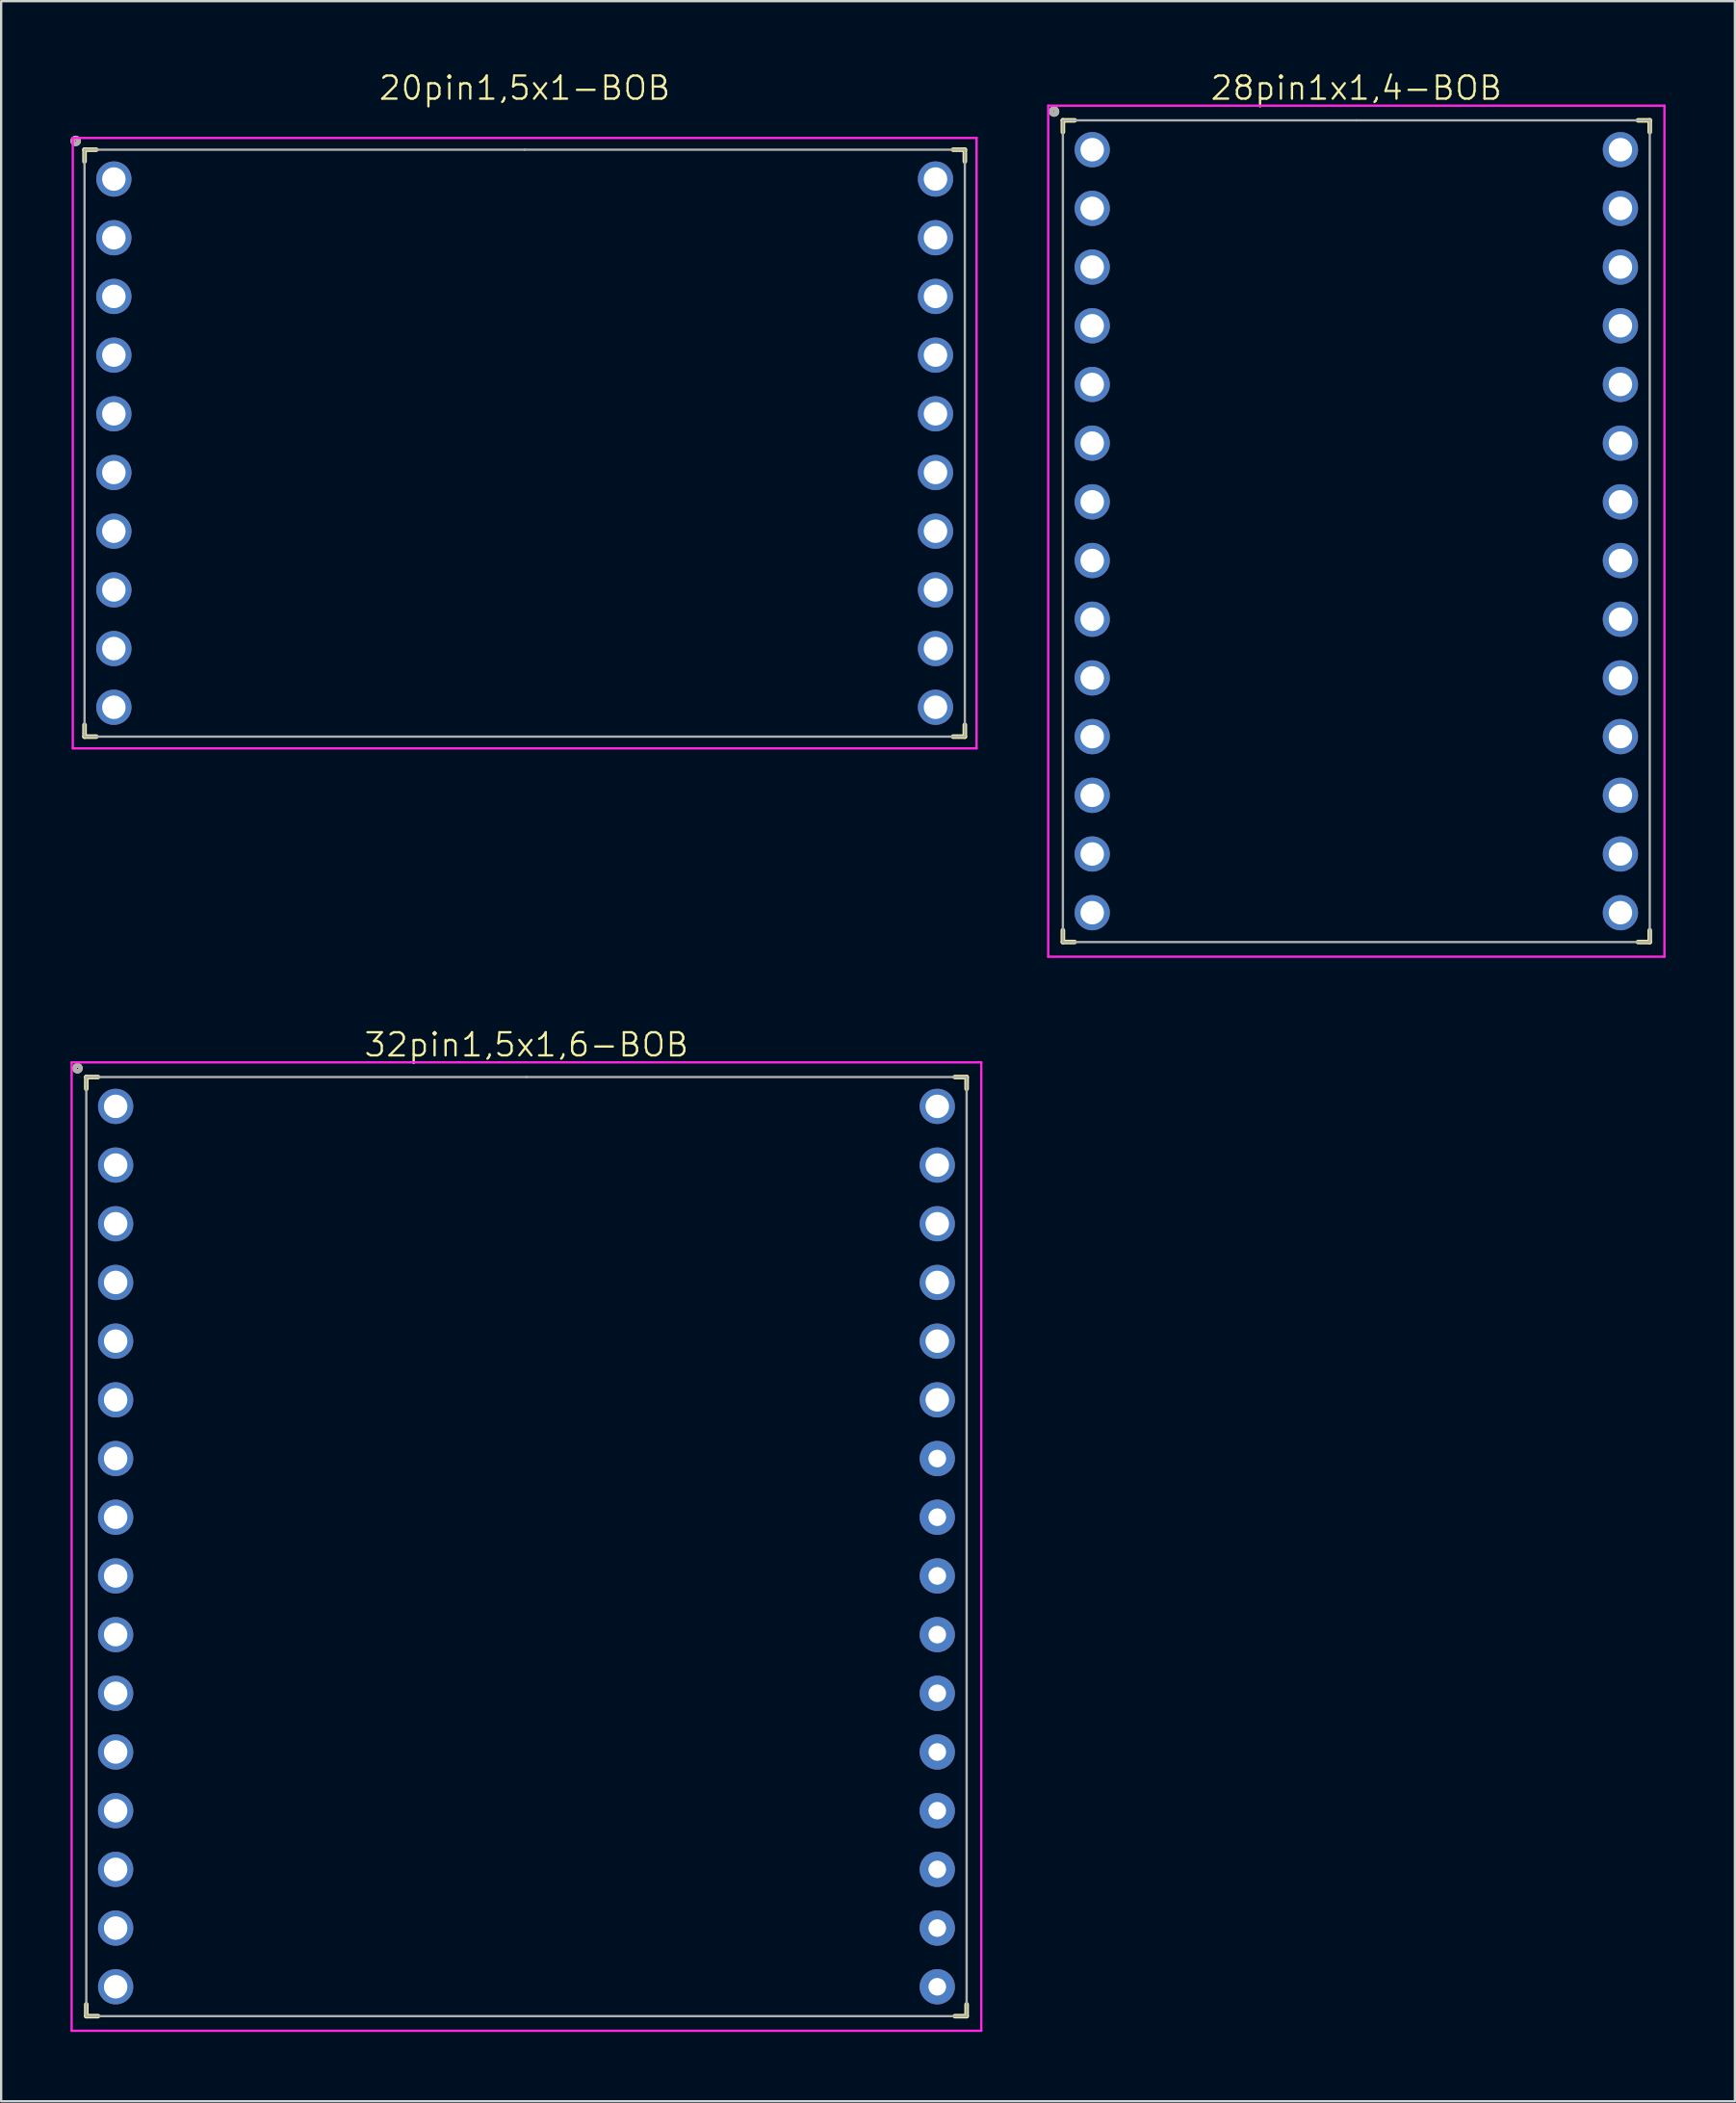
<source format=kicad_pcb>
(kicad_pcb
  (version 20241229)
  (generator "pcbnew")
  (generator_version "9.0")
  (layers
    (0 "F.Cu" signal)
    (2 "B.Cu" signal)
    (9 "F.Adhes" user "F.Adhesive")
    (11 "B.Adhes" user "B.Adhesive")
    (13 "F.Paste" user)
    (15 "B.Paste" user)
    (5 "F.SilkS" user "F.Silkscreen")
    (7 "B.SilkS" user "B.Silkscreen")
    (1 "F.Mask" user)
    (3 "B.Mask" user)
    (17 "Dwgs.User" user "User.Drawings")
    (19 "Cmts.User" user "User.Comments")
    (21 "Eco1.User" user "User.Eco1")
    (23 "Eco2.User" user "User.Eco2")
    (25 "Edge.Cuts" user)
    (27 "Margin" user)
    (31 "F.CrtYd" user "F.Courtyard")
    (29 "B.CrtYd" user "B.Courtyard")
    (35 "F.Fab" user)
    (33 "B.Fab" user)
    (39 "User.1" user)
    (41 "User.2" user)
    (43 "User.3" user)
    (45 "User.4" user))
  (footprint "20pin1,5x1-BOB"
    (layer "F.Cu")
    (at 19.658 16.128)
    (property "Reference" "20pin1,5x1-BOB" (at 0 -15.367 0) (layer "F.SilkS") (effects (font (size 1 1) (thickness 0.1))))
    (attr through_hole)
    (fp_line (start -19.05 -12.7) (end -19.05 -12.192) (stroke (width 0.2) (type solid)) (layer "F.SilkS"))
    (fp_line (start -19.05 -12.7) (end -18.542 -12.7) (stroke (width 0.2) (type solid)) (layer "F.SilkS"))
    (fp_line (start -19.05 12.7) (end -19.05 12.192) (stroke (width 0.2) (type solid)) (layer "F.SilkS"))
    (fp_line (start -19.05 12.7) (end -18.542 12.7) (stroke (width 0.2) (type solid)) (layer "F.SilkS"))
    (fp_line (start 19.05 -12.7) (end 18.542 -12.7) (stroke (width 0.2) (type solid)) (layer "F.SilkS"))
    (fp_line (start 19.05 -12.7) (end 19.05 -12.192) (stroke (width 0.2) (type solid)) (layer "F.SilkS"))
    (fp_line (start 19.05 12.7) (end 18.542 12.7) (stroke (width 0.2) (type solid)) (layer "F.SilkS"))
    (fp_line (start 19.05 12.7) (end 19.05 12.192) (stroke (width 0.2) (type solid)) (layer "F.SilkS"))
    (fp_circle (center -19.431 -13.081) (end -19.304 -13.081) (stroke (width 0.2) (type solid)) (fill no) (layer "F.SilkS"))
    (fp_line (start -19.558 -13.208) (end 19.558 -13.208) (stroke (width 0.1) (type solid)) (layer "F.CrtYd"))
    (fp_line (start -19.558 13.208) (end -19.558 -13.208) (stroke (width 0.1) (type solid)) (layer "F.CrtYd"))
    (fp_line (start 19.558 -13.208) (end 19.558 13.208) (stroke (width 0.1) (type solid)) (layer "F.CrtYd"))
    (fp_line (start 19.558 13.208) (end -19.558 13.208) (stroke (width 0.1) (type solid)) (layer "F.CrtYd"))
    (fp_line (start -19.05 -12.7) (end 0 -12.7) (stroke (width 0.1) (type solid)) (layer "F.Fab"))
    (fp_line (start -19.05 12.7) (end -19.05 -12.7) (stroke (width 0.1) (type solid)) (layer "F.Fab"))
    (fp_line (start 0 -12.7) (end 19.05 -12.7) (stroke (width 0.1) (type solid)) (layer "F.Fab"))
    (fp_line (start 19.05 -12.7) (end 19.05 12.7) (stroke (width 0.1) (type solid)) (layer "F.Fab"))
    (fp_line (start 19.05 12.7) (end -19.05 12.7) (stroke (width 0.1) (type solid)) (layer "F.Fab"))
    (fp_circle (center -19.431 -13.081) (end -19.304 -13.081) (stroke (width 0.2) (type solid)) (fill no) (layer "F.Fab"))
    (pad "1" thru_hole circle (at -17.78 -11.43) (size 1.524 1.524) (drill 1.016) (layers "*.Cu" "*.Mask"))
    (pad "2" thru_hole circle (at -17.78 -8.89) (size 1.524 1.524) (drill 1.016) (layers "*.Cu" "*.Mask"))
    (pad "3" thru_hole circle (at -17.78 -6.35) (size 1.524 1.524) (drill 1.016) (layers "*.Cu" "*.Mask"))
    (pad "4" thru_hole circle (at -17.78 -3.81) (size 1.524 1.524) (drill 1.016) (layers "*.Cu" "*.Mask"))
    (pad "5" thru_hole circle (at -17.78 -1.27) (size 1.524 1.524) (drill 1.016) (layers "*.Cu" "*.Mask"))
    (pad "6" thru_hole circle (at -17.78 1.27) (size 1.524 1.524) (drill 1.016) (layers "*.Cu" "*.Mask"))
    (pad "7" thru_hole circle (at -17.78 3.81) (size 1.524 1.524) (drill 1.016) (layers "*.Cu" "*.Mask"))
    (pad "8" thru_hole circle (at -17.78 6.35) (size 1.524 1.524) (drill 1.016) (layers "*.Cu" "*.Mask"))
    (pad "9" thru_hole circle (at -17.78 8.89) (size 1.524 1.524) (drill 1.016) (layers "*.Cu" "*.Mask"))
    (pad "10" thru_hole circle (at -17.78 11.43) (size 1.524 1.524) (drill 1.016) (layers "*.Cu" "*.Mask"))
    (pad "11" thru_hole circle (at 17.78 -11.43) (size 1.524 1.524) (drill 1.016) (layers "*.Cu" "*.Mask"))
    (pad "12" thru_hole circle (at 17.78 -8.89) (size 1.524 1.524) (drill 1.016) (layers "*.Cu" "*.Mask"))
    (pad "13" thru_hole circle (at 17.78 -6.35) (size 1.524 1.524) (drill 1.016) (layers "*.Cu" "*.Mask"))
    (pad "14" thru_hole circle (at 17.78 -3.81) (size 1.524 1.524) (drill 1.016) (layers "*.Cu" "*.Mask"))
    (pad "15" thru_hole circle (at 17.78 -1.27) (size 1.524 1.524) (drill 1.016) (layers "*.Cu" "*.Mask"))
    (pad "16" thru_hole circle (at 17.78 1.27) (size 1.524 1.524) (drill 1.016) (layers "*.Cu" "*.Mask"))
    (pad "17" thru_hole circle (at 17.78 3.81) (size 1.524 1.524) (drill 1.016) (layers "*.Cu" "*.Mask"))
    (pad "18" thru_hole circle (at 17.78 6.35) (size 1.524 1.524) (drill 1.016) (layers "*.Cu" "*.Mask"))
    (pad "19" thru_hole circle (at 17.78 8.89) (size 1.524 1.524) (drill 1.016) (layers "*.Cu" "*.Mask"))
    (pad "20" thru_hole circle (at 17.78 11.43) (size 1.524 1.524) (drill 1.016) (layers "*.Cu" "*.Mask")))
  (footprint "32pin1,5x1,6-BOB"
    (layer "F.Cu")
    (at 19.735 63.88)
    (property "Reference" "32pin1,5x1,6-BOB" (at 0 -21.717 0) (layer "F.SilkS") (effects (font (size 1 1) (thickness 0.1))))
    (attr through_hole)
    (fp_line (start -19.05 -20.32) (end -19.05 -19.812) (stroke (width 0.2) (type solid)) (layer "F.SilkS"))
    (fp_line (start -19.05 -20.32) (end -18.542 -20.32) (stroke (width 0.2) (type solid)) (layer "F.SilkS"))
    (fp_line (start -19.05 20.32) (end -19.05 19.812) (stroke (width 0.2) (type solid)) (layer "F.SilkS"))
    (fp_line (start -19.05 20.32) (end -18.542 20.32) (stroke (width 0.2) (type solid)) (layer "F.SilkS"))
    (fp_line (start 19.05 -20.32) (end 18.542 -20.32) (stroke (width 0.2) (type solid)) (layer "F.SilkS"))
    (fp_line (start 19.05 -20.32) (end 19.05 -19.812) (stroke (width 0.2) (type solid)) (layer "F.SilkS"))
    (fp_line (start 19.05 20.32) (end 18.542 20.32) (stroke (width 0.2) (type solid)) (layer "F.SilkS"))
    (fp_line (start 19.05 20.32) (end 19.05 19.812) (stroke (width 0.2) (type solid)) (layer "F.SilkS"))
    (fp_circle (center -19.431 -20.701) (end -19.304 -20.701) (stroke (width 0.2) (type solid)) (fill no) (layer "F.SilkS"))
    (fp_line (start -19.685 -20.955) (end 19.685 -20.955) (stroke (width 0.1) (type solid)) (layer "F.CrtYd"))
    (fp_line (start -19.685 20.955) (end -19.685 -20.955) (stroke (width 0.1) (type solid)) (layer "F.CrtYd"))
    (fp_line (start 19.685 -20.955) (end 19.685 20.955) (stroke (width 0.1) (type solid)) (layer "F.CrtYd"))
    (fp_line (start 19.685 20.955) (end -19.685 20.955) (stroke (width 0.1) (type solid)) (layer "F.CrtYd"))
    (fp_line (start -19.05 -20.32) (end 0 -20.32) (stroke (width 0.1) (type solid)) (layer "F.Fab"))
    (fp_line (start -19.05 20.32) (end -19.05 -20.32) (stroke (width 0.1) (type solid)) (layer "F.Fab"))
    (fp_line (start 0 -20.32) (end 19.05 -20.32) (stroke (width 0.1) (type solid)) (layer "F.Fab"))
    (fp_line (start 19.05 -20.32) (end 19.05 20.32) (stroke (width 0.1) (type solid)) (layer "F.Fab"))
    (fp_line (start 19.05 20.32) (end -19.05 20.32) (stroke (width 0.1) (type solid)) (layer "F.Fab"))
    (fp_circle (center -19.431 -20.701) (end -19.304 -20.701) (stroke (width 0.2) (type solid)) (fill no) (layer "F.Fab"))
    (pad "1" thru_hole circle (at -17.78 -19.05) (size 1.524 1.524) (drill 1.016) (layers "*.Cu" "*.Mask"))
    (pad "2" thru_hole circle (at -17.78 -16.51) (size 1.524 1.524) (drill 1.016) (layers "*.Cu" "*.Mask"))
    (pad "3" thru_hole circle (at -17.78 -13.97) (size 1.524 1.524) (drill 1.016) (layers "*.Cu" "*.Mask"))
    (pad "4" thru_hole circle (at -17.78 -11.43) (size 1.524 1.524) (drill 1.016) (layers "*.Cu" "*.Mask"))
    (pad "5" thru_hole circle (at -17.78 -8.89) (size 1.524 1.524) (drill 1.016) (layers "*.Cu" "*.Mask"))
    (pad "6" thru_hole circle (at -17.78 -6.35) (size 1.524 1.524) (drill 1.016) (layers "*.Cu" "*.Mask"))
    (pad "7" thru_hole circle (at -17.78 -3.81) (size 1.524 1.524) (drill 1.016) (layers "*.Cu" "*.Mask"))
    (pad "8" thru_hole circle (at -17.78 -1.27) (size 1.524 1.524) (drill 1.016) (layers "*.Cu" "*.Mask"))
    (pad "9" thru_hole circle (at -17.78 1.27) (size 1.524 1.524) (drill 1.016) (layers "*.Cu" "*.Mask"))
    (pad "10" thru_hole circle (at -17.78 3.81) (size 1.524 1.524) (drill 1.016) (layers "*.Cu" "*.Mask"))
    (pad "11" thru_hole circle (at -17.78 6.35) (size 1.524 1.524) (drill 1.016) (layers "*.Cu" "*.Mask"))
    (pad "12" thru_hole circle (at -17.78 8.89) (size 1.524 1.524) (drill 1.016) (layers "*.Cu" "*.Mask"))
    (pad "13" thru_hole circle (at -17.78 11.43) (size 1.524 1.524) (drill 1.016) (layers "*.Cu" "*.Mask"))
    (pad "14" thru_hole circle (at -17.78 13.97) (size 1.524 1.524) (drill 1.016) (layers "*.Cu" "*.Mask"))
    (pad "15" thru_hole circle (at -17.78 16.51) (size 1.524 1.524) (drill 1.016) (layers "*.Cu" "*.Mask"))
    (pad "16" thru_hole circle (at -17.78 19.05) (size 1.524 1.524) (drill 1.016) (layers "*.Cu" "*.Mask"))
    (pad "17" thru_hole circle (at 17.78 -19.05) (size 1.524 1.524) (drill 1.016) (layers "*.Cu" "*.Mask"))
    (pad "18" thru_hole circle (at 17.78 -16.51) (size 1.524 1.524) (drill 1.016) (layers "*.Cu" "*.Mask"))
    (pad "19" thru_hole circle (at 17.78 -13.97) (size 1.524 1.524) (drill 1.016) (layers "*.Cu" "*.Mask"))
    (pad "20" thru_hole circle (at 17.78 -11.43) (size 1.524 1.524) (drill 1.016) (layers "*.Cu" "*.Mask"))
    (pad "21" thru_hole circle (at 17.78 -8.89) (size 1.524 1.524) (drill 1.016) (layers "*.Cu" "*.Mask"))
    (pad "22" thru_hole circle (at 17.78 -6.35) (size 1.524 1.524) (drill 1.016) (layers "*.Cu" "*.Mask"))
    (pad "23" thru_hole circle (at 17.78 -3.81) (size 1.524 1.524) (drill 0.762) (layers "*.Cu" "*.Mask"))
    (pad "24" thru_hole circle (at 17.78 -1.27) (size 1.524 1.524) (drill 0.762) (layers "*.Cu" "*.Mask"))
    (pad "25" thru_hole circle (at 17.78 1.27) (size 1.524 1.524) (drill 0.762) (layers "*.Cu" "*.Mask"))
    (pad "26" thru_hole circle (at 17.78 3.81) (size 1.524 1.524) (drill 0.762) (layers "*.Cu" "*.Mask"))
    (pad "27" thru_hole circle (at 17.78 6.35) (size 1.524 1.524) (drill 0.762) (layers "*.Cu" "*.Mask"))
    (pad "28" thru_hole circle (at 17.78 8.89) (size 1.524 1.524) (drill 0.762) (layers "*.Cu" "*.Mask"))
    (pad "29" thru_hole circle (at 17.78 11.43) (size 1.524 1.524) (drill 0.762) (layers "*.Cu" "*.Mask"))
    (pad "30" thru_hole circle (at 17.78 13.97) (size 1.524 1.524) (drill 0.762) (layers "*.Cu" "*.Mask"))
    (pad "31" thru_hole circle (at 17.78 16.51) (size 1.524 1.524) (drill 0.762) (layers "*.Cu" "*.Mask"))
    (pad "32" thru_hole circle (at 17.78 19.05) (size 1.524 1.524) (drill 0.762) (layers "*.Cu" "*.Mask")))
  (footprint "28pin1x1,4-BOB"
    (layer "F.Cu")
    (at 55.651 19.938)
    (property "Reference" "28pin1x1,4-BOB" (at 0 -19.177 0) (layer "F.SilkS") (effects (font (size 1 1) (thickness 0.1))))
    (attr through_hole)
    (fp_line (start -12.7 -17.78) (end -12.7 -17.272) (stroke (width 0.2) (type solid)) (layer "F.SilkS"))
    (fp_line (start -12.7 -17.78) (end -12.192 -17.78) (stroke (width 0.2) (type solid)) (layer "F.SilkS"))
    (fp_line (start -12.7 17.78) (end -12.7 17.272) (stroke (width 0.2) (type solid)) (layer "F.SilkS"))
    (fp_line (start -12.7 17.78) (end -12.192 17.78) (stroke (width 0.2) (type solid)) (layer "F.SilkS"))
    (fp_line (start 12.7 -17.78) (end 12.192 -17.78) (stroke (width 0.2) (type solid)) (layer "F.SilkS"))
    (fp_line (start 12.7 -17.78) (end 12.7 -17.272) (stroke (width 0.2) (type solid)) (layer "F.SilkS"))
    (fp_line (start 12.7 17.78) (end 12.192 17.78) (stroke (width 0.2) (type solid)) (layer "F.SilkS"))
    (fp_line (start 12.7 17.78) (end 12.7 17.272) (stroke (width 0.2) (type solid)) (layer "F.SilkS"))
    (fp_circle (center -13.081 -18.161) (end -12.954 -18.161) (stroke (width 0.2) (type solid)) (fill no) (layer "F.SilkS"))
    (fp_line (start -13.335 -18.415) (end 13.335 -18.415) (stroke (width 0.1) (type solid)) (layer "F.CrtYd"))
    (fp_line (start -13.335 18.415) (end -13.335 -18.415) (stroke (width 0.1) (type solid)) (layer "F.CrtYd"))
    (fp_line (start 13.335 -18.415) (end 13.335 18.415) (stroke (width 0.1) (type solid)) (layer "F.CrtYd"))
    (fp_line (start 13.335 18.415) (end -13.335 18.415) (stroke (width 0.1) (type solid)) (layer "F.CrtYd"))
    (fp_line (start -12.7 -17.78) (end 0 -17.78) (stroke (width 0.1) (type solid)) (layer "F.Fab"))
    (fp_line (start -12.7 17.78) (end -12.7 -17.78) (stroke (width 0.1) (type solid)) (layer "F.Fab"))
    (fp_line (start 0 -17.78) (end 12.7 -17.78) (stroke (width 0.1) (type solid)) (layer "F.Fab"))
    (fp_line (start 12.7 -17.78) (end 12.7 17.78) (stroke (width 0.1) (type solid)) (layer "F.Fab"))
    (fp_line (start 12.7 17.78) (end -12.7 17.78) (stroke (width 0.1) (type solid)) (layer "F.Fab"))
    (fp_circle (center -13.081 -18.161) (end -12.954 -18.161) (stroke (width 0.2) (type solid)) (fill no) (layer "F.Fab"))
    (pad "1" thru_hole circle (at -11.43 -16.51) (size 1.524 1.524) (drill 1.016) (layers "*.Cu" "*.Mask"))
    (pad "2" thru_hole circle (at -11.43 -13.97) (size 1.524 1.524) (drill 1.016) (layers "*.Cu" "*.Mask"))
    (pad "3" thru_hole circle (at -11.43 -11.43) (size 1.524 1.524) (drill 1.016) (layers "*.Cu" "*.Mask"))
    (pad "4" thru_hole circle (at -11.43 -8.89) (size 1.524 1.524) (drill 1.016) (layers "*.Cu" "*.Mask"))
    (pad "5" thru_hole circle (at -11.43 -6.35) (size 1.524 1.524) (drill 1.016) (layers "*.Cu" "*.Mask"))
    (pad "6" thru_hole circle (at -11.43 -3.81) (size 1.524 1.524) (drill 1.016) (layers "*.Cu" "*.Mask"))
    (pad "7" thru_hole circle (at -11.43 -1.27) (size 1.524 1.524) (drill 1.016) (layers "*.Cu" "*.Mask"))
    (pad "8" thru_hole circle (at -11.43 1.27) (size 1.524 1.524) (drill 1.016) (layers "*.Cu" "*.Mask"))
    (pad "9" thru_hole circle (at -11.43 3.81) (size 1.524 1.524) (drill 1.016) (layers "*.Cu" "*.Mask"))
    (pad "10" thru_hole circle (at -11.43 6.35) (size 1.524 1.524) (drill 1.016) (layers "*.Cu" "*.Mask"))
    (pad "11" thru_hole circle (at -11.43 8.89) (size 1.524 1.524) (drill 1.016) (layers "*.Cu" "*.Mask"))
    (pad "12" thru_hole circle (at -11.43 11.43) (size 1.524 1.524) (drill 1.016) (layers "*.Cu" "*.Mask"))
    (pad "13" thru_hole circle (at -11.43 13.97) (size 1.524 1.524) (drill 1.016) (layers "*.Cu" "*.Mask"))
    (pad "14" thru_hole circle (at -11.43 16.51) (size 1.524 1.524) (drill 1.016) (layers "*.Cu" "*.Mask"))
    (pad "15" thru_hole circle (at 11.43 -16.51) (size 1.524 1.524) (drill 1.016) (layers "*.Cu" "*.Mask"))
    (pad "16" thru_hole circle (at 11.43 -13.97) (size 1.524 1.524) (drill 1.016) (layers "*.Cu" "*.Mask"))
    (pad "17" thru_hole circle (at 11.43 -11.43) (size 1.524 1.524) (drill 1.016) (layers "*.Cu" "*.Mask"))
    (pad "18" thru_hole circle (at 11.43 -8.89) (size 1.524 1.524) (drill 1.016) (layers "*.Cu" "*.Mask"))
    (pad "19" thru_hole circle (at 11.43 -6.35) (size 1.524 1.524) (drill 1.016) (layers "*.Cu" "*.Mask"))
    (pad "20" thru_hole circle (at 11.43 -3.81) (size 1.524 1.524) (drill 1.016) (layers "*.Cu" "*.Mask"))
    (pad "21" thru_hole circle (at 11.43 -1.27) (size 1.524 1.524) (drill 1.016) (layers "*.Cu" "*.Mask"))
    (pad "22" thru_hole circle (at 11.43 1.27) (size 1.524 1.524) (drill 1.016) (layers "*.Cu" "*.Mask"))
    (pad "23" thru_hole circle (at 11.43 3.81) (size 1.524 1.524) (drill 1.016) (layers "*.Cu" "*.Mask"))
    (pad "24" thru_hole circle (at 11.43 6.35) (size 1.524 1.524) (drill 1.016) (layers "*.Cu" "*.Mask"))
    (pad "25" thru_hole circle (at 11.43 8.89) (size 1.524 1.524) (drill 1.016) (layers "*.Cu" "*.Mask"))
    (pad "26" thru_hole circle (at 11.43 11.43) (size 1.524 1.524) (drill 1.016) (layers "*.Cu" "*.Mask"))
    (pad "27" thru_hole circle (at 11.43 13.97) (size 1.524 1.524) (drill 1.016) (layers "*.Cu" "*.Mask"))
    (pad "28" thru_hole circle (at 11.43 16.51) (size 1.524 1.524) (drill 1.016) (layers "*.Cu" "*.Mask")))
  (gr_rect
    (start -3 -3)
    (end 72.036 87.885)
    (stroke (width 0.1) (type default))
    (fill no)
    (layer "Edge.Cuts")))
</source>
